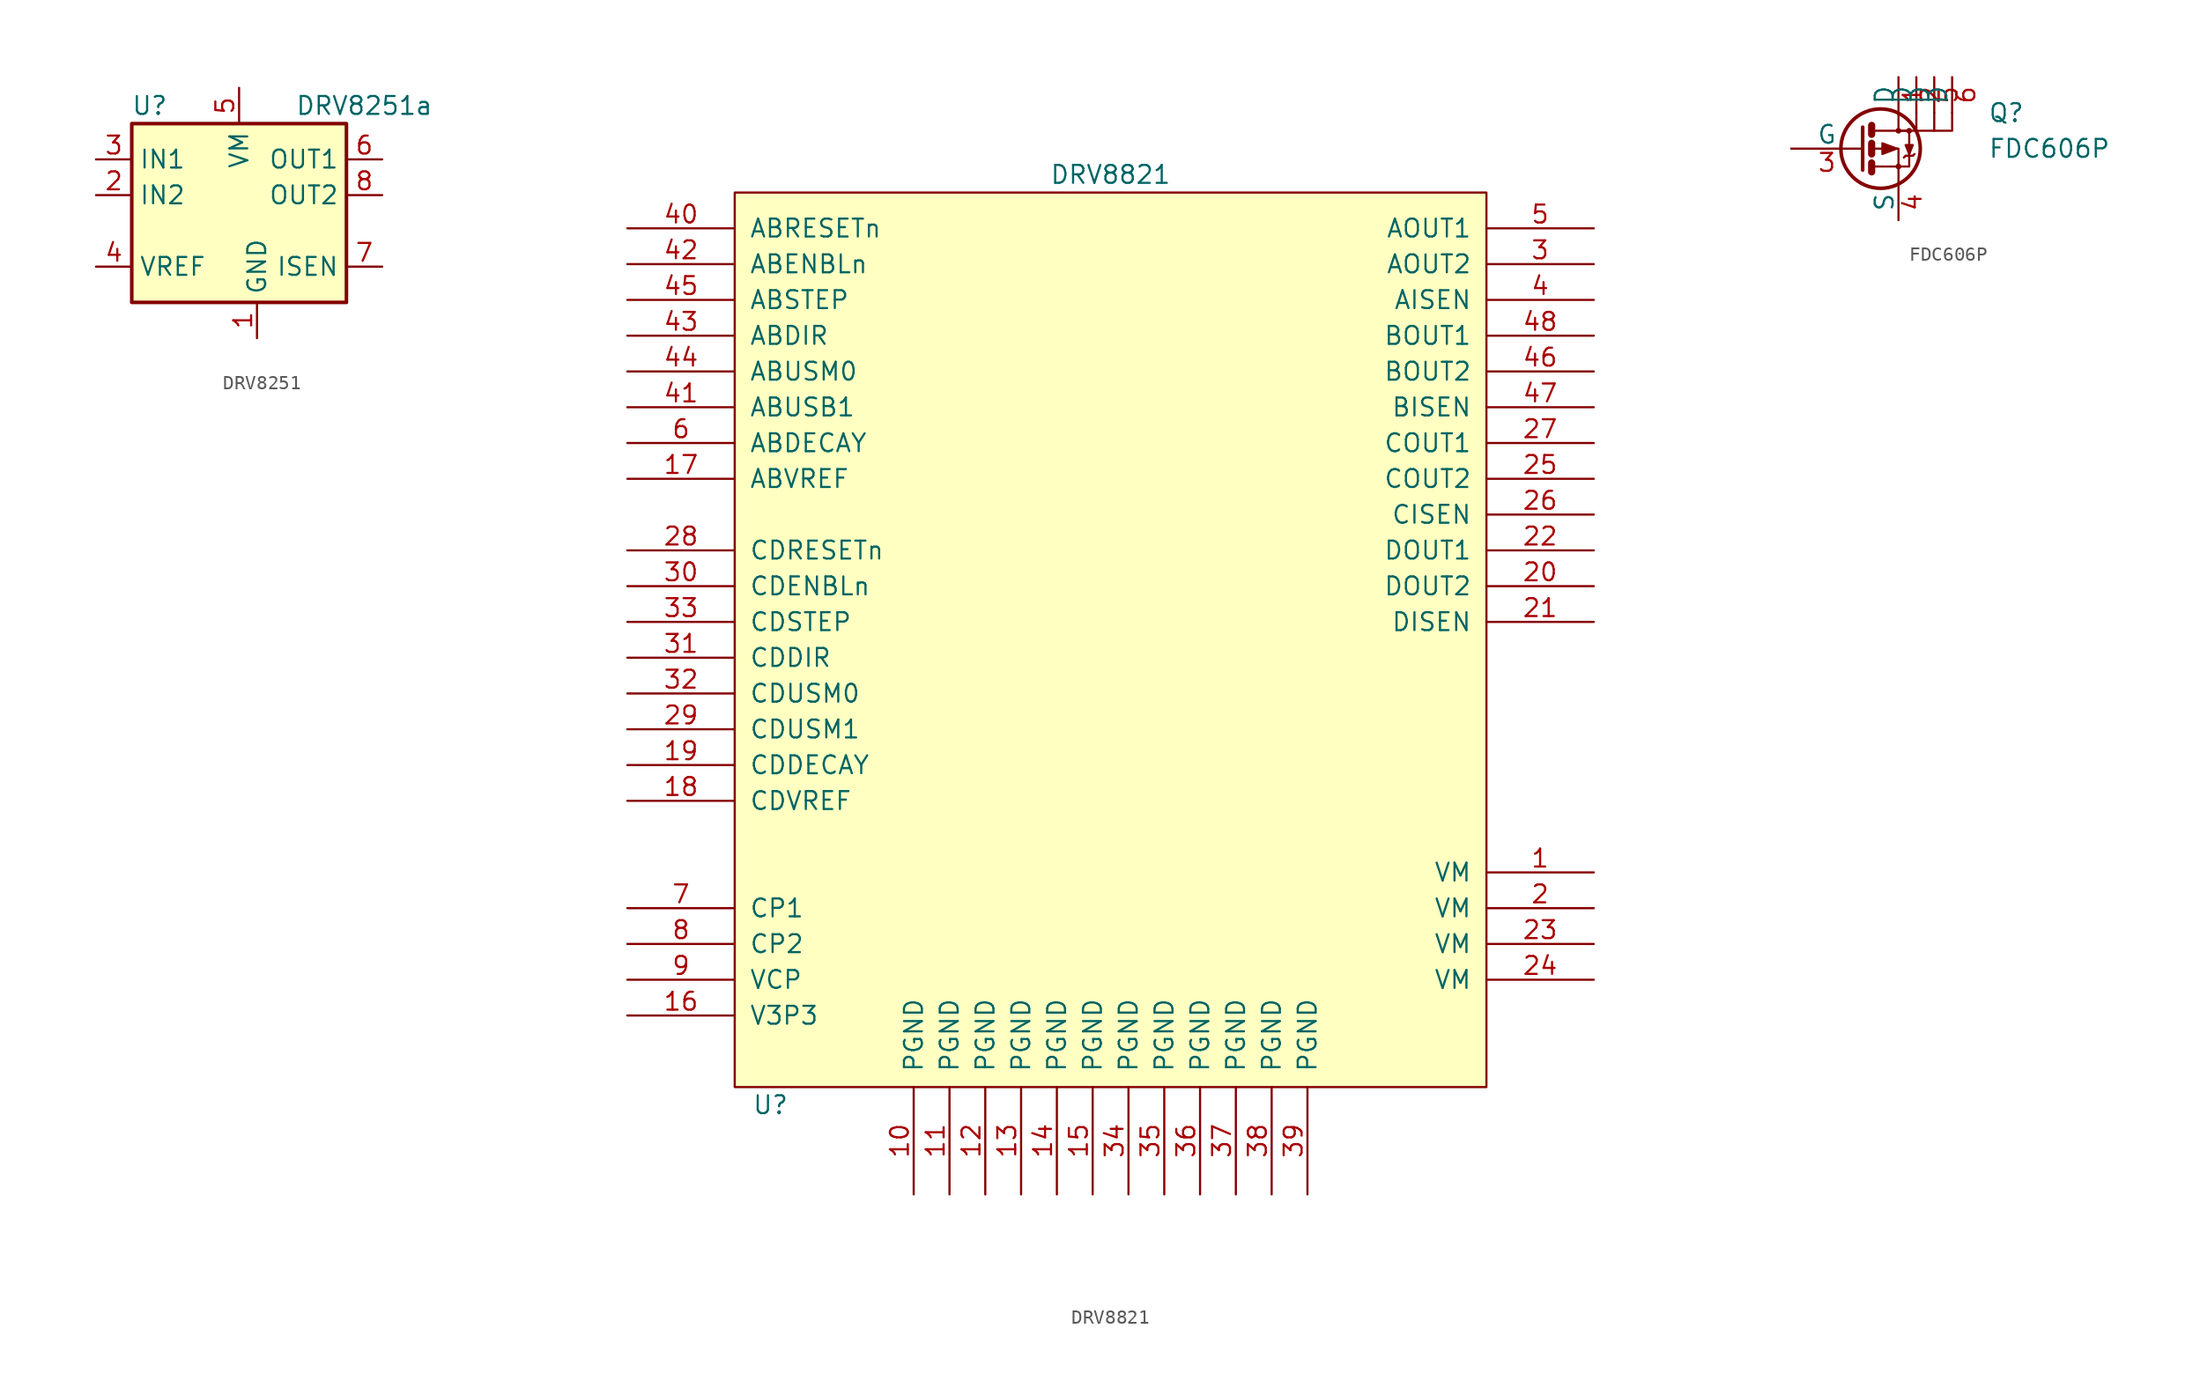
<source format=kicad_sym>
(kicad_symbol_lib
  (version 20220914)
  (generator kicad_symbol_editor)
  (symbol "DRV8251"
    (property "Reference" "U"
      (at -6.35 6.35 0)
      (effects (font (size 1.27 1.27))))
    (property "Value" "DRV8251a"
      (at 8.89 6.35 0)
      (effects (font (size 1.27 1.27))))
    (symbol "DRV8251_0_1"
      (rectangle (start -7.62 5.08) (end 7.62 -7.62) (stroke (width 0.254) (type solid)) (fill (type background))))
    (symbol "DRV8251_1_1"
      (pin passive line (at 1.27 -10.16 90) (length 2.54) (name "GND" (effects (font (size 1.27 1.27)))) (number "1" (effects (font (size 1.27 1.27)))))
      (pin input line (at -10.16 0 0) (length 2.54) (name "IN2" (effects (font (size 1.27 1.27)))) (number "2" (effects (font (size 1.27 1.27)))))
      (pin input line (at -10.16 2.54 0) (length 2.54) (name "IN1" (effects (font (size 1.27 1.27)))) (number "3" (effects (font (size 1.27 1.27)))))
      (pin input line (at -10.16 -5.08 0) (length 2.54) (name "VREF" (effects (font (size 1.27 1.27)))) (number "4" (effects (font (size 1.27 1.27)))))
      (pin power_in line (at 0 7.62 270) (length 2.54) (name "VM" (effects (font (size 1.27 1.27)))) (number "5" (effects (font (size 1.27 1.27)))))
      (pin output line (at 10.16 2.54 180) (length 2.54) (name "OUT1" (effects (font (size 1.27 1.27)))) (number "6" (effects (font (size 1.27 1.27)))))
      (pin output line (at 10.16 -5.08 180) (length 2.54) (name "ISEN" (effects (font (size 1.27 1.27)))) (number "7" (effects (font (size 1.27 1.27)))))
      (pin output line (at 10.16 0 180) (length 2.54) (name "OUT2" (effects (font (size 1.27 1.27)))) (number "8" (effects (font (size 1.27 1.27)))))
      (pin passive line (at -1.27 -10.16 90) (length 2.54) hide (name "GND" (effects (font (size 1.27 1.27)))) (number "9" (effects (font (size 1.27 1.27)))))))
  (symbol "DRV8821"
    (pin_names
      (offset 1.016))
    (property "Reference" "U"
      (at -24.13 -33.02 0)
      (effects (font (size 1.27 1.27))))
    (property "Value" "DRV8821"
      (at 0 33.02 0)
      (effects (font (size 1.27 1.27))))
    (symbol "DRV8821_1_0"
      (rectangle (start -26.67 -31.75) (end 26.67 31.75) (stroke (width 0) (type solid)) (fill (type background))))
    (symbol "DRV8821_1_1"
      (pin power_in line (at 34.29 -16.51 180) (length 7.62) (name "VM" (effects (font (size 1.27 1.27)))) (number "1" (effects (font (size 1.27 1.27)))))
      (pin power_in line (at -13.97 -39.37 90) (length 7.62) (name "PGND" (effects (font (size 1.27 1.27)))) (number "10" (effects (font (size 1.27 1.27)))))
      (pin power_in line (at -11.43 -39.37 90) (length 7.62) (name "PGND" (effects (font (size 1.27 1.27)))) (number "11" (effects (font (size 1.27 1.27)))))
      (pin power_in line (at -8.89 -39.37 90) (length 7.62) (name "PGND" (effects (font (size 1.27 1.27)))) (number "12" (effects (font (size 1.27 1.27)))))
      (pin power_in line (at -6.35 -39.37 90) (length 7.62) (name "PGND" (effects (font (size 1.27 1.27)))) (number "13" (effects (font (size 1.27 1.27)))))
      (pin power_in line (at -3.81 -39.37 90) (length 7.62) (name "PGND" (effects (font (size 1.27 1.27)))) (number "14" (effects (font (size 1.27 1.27)))))
      (pin power_in line (at -1.27 -39.37 90) (length 7.62) (name "PGND" (effects (font (size 1.27 1.27)))) (number "15" (effects (font (size 1.27 1.27)))))
      (pin bidirectional line (at -34.29 -26.67 0) (length 7.62) (name "V3P3" (effects (font (size 1.27 1.27)))) (number "16" (effects (font (size 1.27 1.27)))))
      (pin bidirectional line (at -34.29 11.43 0) (length 7.62) (name "ABVREF" (effects (font (size 1.27 1.27)))) (number "17" (effects (font (size 1.27 1.27)))))
      (pin bidirectional line (at -34.29 -11.43 0) (length 7.62) (name "CDVREF" (effects (font (size 1.27 1.27)))) (number "18" (effects (font (size 1.27 1.27)))))
      (pin bidirectional line (at -34.29 -8.89 0) (length 7.62) (name "CDDECAY" (effects (font (size 1.27 1.27)))) (number "19" (effects (font (size 1.27 1.27)))))
      (pin power_in line (at 34.29 -19.05 180) (length 7.62) (name "VM" (effects (font (size 1.27 1.27)))) (number "2" (effects (font (size 1.27 1.27)))))
      (pin output line (at 34.29 3.81 180) (length 7.62) (name "DOUT2" (effects (font (size 1.27 1.27)))) (number "20" (effects (font (size 1.27 1.27)))))
      (pin bidirectional line (at 34.29 1.27 180) (length 7.62) (name "DISEN" (effects (font (size 1.27 1.27)))) (number "21" (effects (font (size 1.27 1.27)))))
      (pin output line (at 34.29 6.35 180) (length 7.62) (name "DOUT1" (effects (font (size 1.27 1.27)))) (number "22" (effects (font (size 1.27 1.27)))))
      (pin power_in line (at 34.29 -21.59 180) (length 7.62) (name "VM" (effects (font (size 1.27 1.27)))) (number "23" (effects (font (size 1.27 1.27)))))
      (pin power_in line (at 34.29 -24.13 180) (length 7.62) (name "VM" (effects (font (size 1.27 1.27)))) (number "24" (effects (font (size 1.27 1.27)))))
      (pin output line (at 34.29 11.43 180) (length 7.62) (name "COUT2" (effects (font (size 1.27 1.27)))) (number "25" (effects (font (size 1.27 1.27)))))
      (pin bidirectional line (at 34.29 8.89 180) (length 7.62) (name "CISEN" (effects (font (size 1.27 1.27)))) (number "26" (effects (font (size 1.27 1.27)))))
      (pin output line (at 34.29 13.97 180) (length 7.62) (name "COUT1" (effects (font (size 1.27 1.27)))) (number "27" (effects (font (size 1.27 1.27)))))
      (pin bidirectional line (at -34.29 6.35 0) (length 7.62) (name "CDRESETn" (effects (font (size 1.27 1.27)))) (number "28" (effects (font (size 1.27 1.27)))))
      (pin bidirectional line (at -34.29 -6.35 0) (length 7.62) (name "CDUSM1" (effects (font (size 1.27 1.27)))) (number "29" (effects (font (size 1.27 1.27)))))
      (pin output line (at 34.29 26.67 180) (length 7.62) (name "AOUT2" (effects (font (size 1.27 1.27)))) (number "3" (effects (font (size 1.27 1.27)))))
      (pin bidirectional line (at -34.29 3.81 0) (length 7.62) (name "CDENBLn" (effects (font (size 1.27 1.27)))) (number "30" (effects (font (size 1.27 1.27)))))
      (pin bidirectional line (at -34.29 -1.27 0) (length 7.62) (name "CDDIR" (effects (font (size 1.27 1.27)))) (number "31" (effects (font (size 1.27 1.27)))))
      (pin bidirectional line (at -34.29 -3.81 0) (length 7.62) (name "CDUSM0" (effects (font (size 1.27 1.27)))) (number "32" (effects (font (size 1.27 1.27)))))
      (pin bidirectional line (at -34.29 1.27 0) (length 7.62) (name "CDSTEP" (effects (font (size 1.27 1.27)))) (number "33" (effects (font (size 1.27 1.27)))))
      (pin power_in line (at 1.27 -39.37 90) (length 7.62) (name "PGND" (effects (font (size 1.27 1.27)))) (number "34" (effects (font (size 1.27 1.27)))))
      (pin power_in line (at 3.81 -39.37 90) (length 7.62) (name "PGND" (effects (font (size 1.27 1.27)))) (number "35" (effects (font (size 1.27 1.27)))))
      (pin power_in line (at 6.35 -39.37 90) (length 7.62) (name "PGND" (effects (font (size 1.27 1.27)))) (number "36" (effects (font (size 1.27 1.27)))))
      (pin power_in line (at 8.89 -39.37 90) (length 7.62) (name "PGND" (effects (font (size 1.27 1.27)))) (number "37" (effects (font (size 1.27 1.27)))))
      (pin power_in line (at 11.43 -39.37 90) (length 7.62) (name "PGND" (effects (font (size 1.27 1.27)))) (number "38" (effects (font (size 1.27 1.27)))))
      (pin power_in line (at 13.97 -39.37 90) (length 7.62) (name "PGND" (effects (font (size 1.27 1.27)))) (number "39" (effects (font (size 1.27 1.27)))))
      (pin bidirectional line (at 34.29 24.13 180) (length 7.62) (name "AISEN" (effects (font (size 1.27 1.27)))) (number "4" (effects (font (size 1.27 1.27)))))
      (pin bidirectional line (at -34.29 29.21 0) (length 7.62) (name "ABRESETn" (effects (font (size 1.27 1.27)))) (number "40" (effects (font (size 1.27 1.27)))))
      (pin bidirectional line (at -34.29 16.51 0) (length 7.62) (name "ABUSB1" (effects (font (size 1.27 1.27)))) (number "41" (effects (font (size 1.27 1.27)))))
      (pin bidirectional line (at -34.29 26.67 0) (length 7.62) (name "ABENBLn" (effects (font (size 1.27 1.27)))) (number "42" (effects (font (size 1.27 1.27)))))
      (pin bidirectional line (at -34.29 21.59 0) (length 7.62) (name "ABDIR" (effects (font (size 1.27 1.27)))) (number "43" (effects (font (size 1.27 1.27)))))
      (pin bidirectional line (at -34.29 19.05 0) (length 7.62) (name "ABUSM0" (effects (font (size 1.27 1.27)))) (number "44" (effects (font (size 1.27 1.27)))))
      (pin bidirectional line (at -34.29 24.13 0) (length 7.62) (name "ABSTEP" (effects (font (size 1.27 1.27)))) (number "45" (effects (font (size 1.27 1.27)))))
      (pin output line (at 34.29 19.05 180) (length 7.62) (name "BOUT2" (effects (font (size 1.27 1.27)))) (number "46" (effects (font (size 1.27 1.27)))))
      (pin bidirectional line (at 34.29 16.51 180) (length 7.62) (name "BISEN" (effects (font (size 1.27 1.27)))) (number "47" (effects (font (size 1.27 1.27)))))
      (pin output line (at 34.29 21.59 180) (length 7.62) (name "BOUT1" (effects (font (size 1.27 1.27)))) (number "48" (effects (font (size 1.27 1.27)))))
      (pin output line (at 34.29 29.21 180) (length 7.62) (name "AOUT1" (effects (font (size 1.27 1.27)))) (number "5" (effects (font (size 1.27 1.27)))))
      (pin bidirectional line (at -34.29 13.97 0) (length 7.62) (name "ABDECAY" (effects (font (size 1.27 1.27)))) (number "6" (effects (font (size 1.27 1.27)))))
      (pin bidirectional line (at -34.29 -19.05 0) (length 7.62) (name "CP1" (effects (font (size 1.27 1.27)))) (number "7" (effects (font (size 1.27 1.27)))))
      (pin bidirectional line (at -34.29 -21.59 0) (length 7.62) (name "CP2" (effects (font (size 1.27 1.27)))) (number "8" (effects (font (size 1.27 1.27)))))
      (pin bidirectional line (at -34.29 -24.13 0) (length 7.62) (name "VCP" (effects (font (size 1.27 1.27)))) (number "9" (effects (font (size 1.27 1.27)))))))
  (symbol "FDC606P"
    (pin_names
      (offset 0))
    (property "Reference" "Q"
      (at 8.89 2.54 0)
      (effects (font (size 1.27 1.27)) (justify left)))
    (property "Value" "FDC606P"
      (at 8.89 0 0)
      (effects (font (size 1.27 1.27)) (justify left)))
    (property "Datasheet" ""
      (at 0 0 0)
      (effects (font (size 1.27 1.27)) (justify left)))
    (symbol "FDC606P_0_1"
      (polyline (pts (xy 0.635 -1.016) (xy 0.635 -1.651)) (stroke (width 0.508) (type solid)) (fill (type none)))
      (polyline (pts (xy 0.635 0.381) (xy 0.635 -0.381)) (stroke (width 0.508) (type solid)) (fill (type none)))
      (polyline (pts (xy 0.635 1.651) (xy 0.635 1.016)) (stroke (width 0.508) (type solid)) (fill (type none)))
      (polyline (pts (xy 3.81 1.27) (xy 2.54 1.27)) (stroke (width 0) (type solid)) (fill (type none)))
      (polyline (pts (xy 3.81 2.54) (xy 3.81 1.27)) (stroke (width 0) (type solid)) (fill (type none)))
      (polyline (pts (xy 5.08 2.54) (xy 5.08 1.27)) (stroke (width 0) (type solid)) (fill (type none)))
      (polyline (pts (xy 0 1.524) (xy 0 -1.524) (xy 0 -1.524)) (stroke (width 0.254) (type solid)) (fill (type none)))
      (polyline (pts (xy 6.35 2.54) (xy 6.35 1.27) (xy 3.81 1.27)) (stroke (width 0) (type solid)) (fill (type none)))
      (polyline (pts (xy 0.762 -1.27) (xy 2.54 -1.27) (xy 2.54 -2.54) (xy 2.54 -2.54)) (stroke (width 0) (type solid)) (fill (type none)))
      (polyline (pts (xy 0.762 1.27) (xy 2.54 1.27) (xy 2.54 2.54) (xy 2.54 2.54)) (stroke (width 0) (type solid)) (fill (type none)))
      (polyline (pts (xy 1.397 0.381) (xy 1.397 -0.381) (xy 2.413 0) (xy 1.397 0.381)) (stroke (width 0) (type solid)) (fill (type outline)))
      (polyline (pts (xy 2.54 1.27) (xy 3.302 1.27) (xy 3.302 -1.27) (xy 2.54 -1.27)) (stroke (width 0) (type solid)) (fill (type none)))
      (polyline (pts (xy 3.048 0.254) (xy 3.556 0.254) (xy 3.302 -0.381) (xy 3.048 0.254)) (stroke (width 0) (type solid)) (fill (type outline)))
      (polyline (pts (xy 0.762 0) (xy 1.27 0) (xy 2.54 0) (xy 2.54 -1.27) (xy 2.54 -1.27)) (stroke (width 0) (type solid)) (fill (type none)))
      (circle (center 1.27 0) (radius 2.819) (stroke (width 0.254) (type solid)) (fill (type none)))
      (circle (center 2.54 -1.27) (radius 0.127) (stroke (width 0) (type solid)) (fill (type none)))
      (circle (center 2.54 1.27) (radius 0.127) (stroke (width 0) (type solid)) (fill (type none)))
      (circle (center 3.302 1.27) (radius 0.127) (stroke (width 0) (type solid)) (fill (type none))))
    (symbol "FDC606P_1_1"
      (polyline (pts (xy 3.048 -0.508) (xy 2.921 -0.635)) (stroke (width 0) (type solid)) (fill (type none)))
      (polyline (pts (xy 3.048 -0.508) (xy 3.556 -0.508)) (stroke (width 0) (type solid)) (fill (type none)))
      (polyline (pts (xy 3.556 -0.508) (xy 3.683 -0.381)) (stroke (width 0) (type solid)) (fill (type none)))
      (pin passive line (at 2.54 5.08 270) (length 2.54) (name "D" (effects (font (size 1.27 1.27)))) (number "1" (effects (font (size 1.27 1.27)))))
      (pin passive line (at 3.81 5.08 270) (length 2.54) (name "D" (effects (font (size 1.27 1.27)))) (number "2" (effects (font (size 1.27 1.27)))))
      (pin input line (at -5.08 0 0) (length 5.08) (name "G" (effects (font (size 1.27 1.27)))) (number "3" (effects (font (size 1.27 1.27)))))
      (pin passive line (at 2.54 -5.08 90) (length 2.54) (name "S" (effects (font (size 1.27 1.27)))) (number "4" (effects (font (size 1.27 1.27)))))
      (pin passive line (at 5.08 5.08 270) (length 2.54) (name "D" (effects (font (size 1.27 1.27)))) (number "5" (effects (font (size 1.27 1.27)))))
      (pin passive line (at 6.35 5.08 270) (length 2.54) (name "D" (effects (font (size 1.27 1.27)))) (number "6" (effects (font (size 1.27 1.27))))))))
</source>
